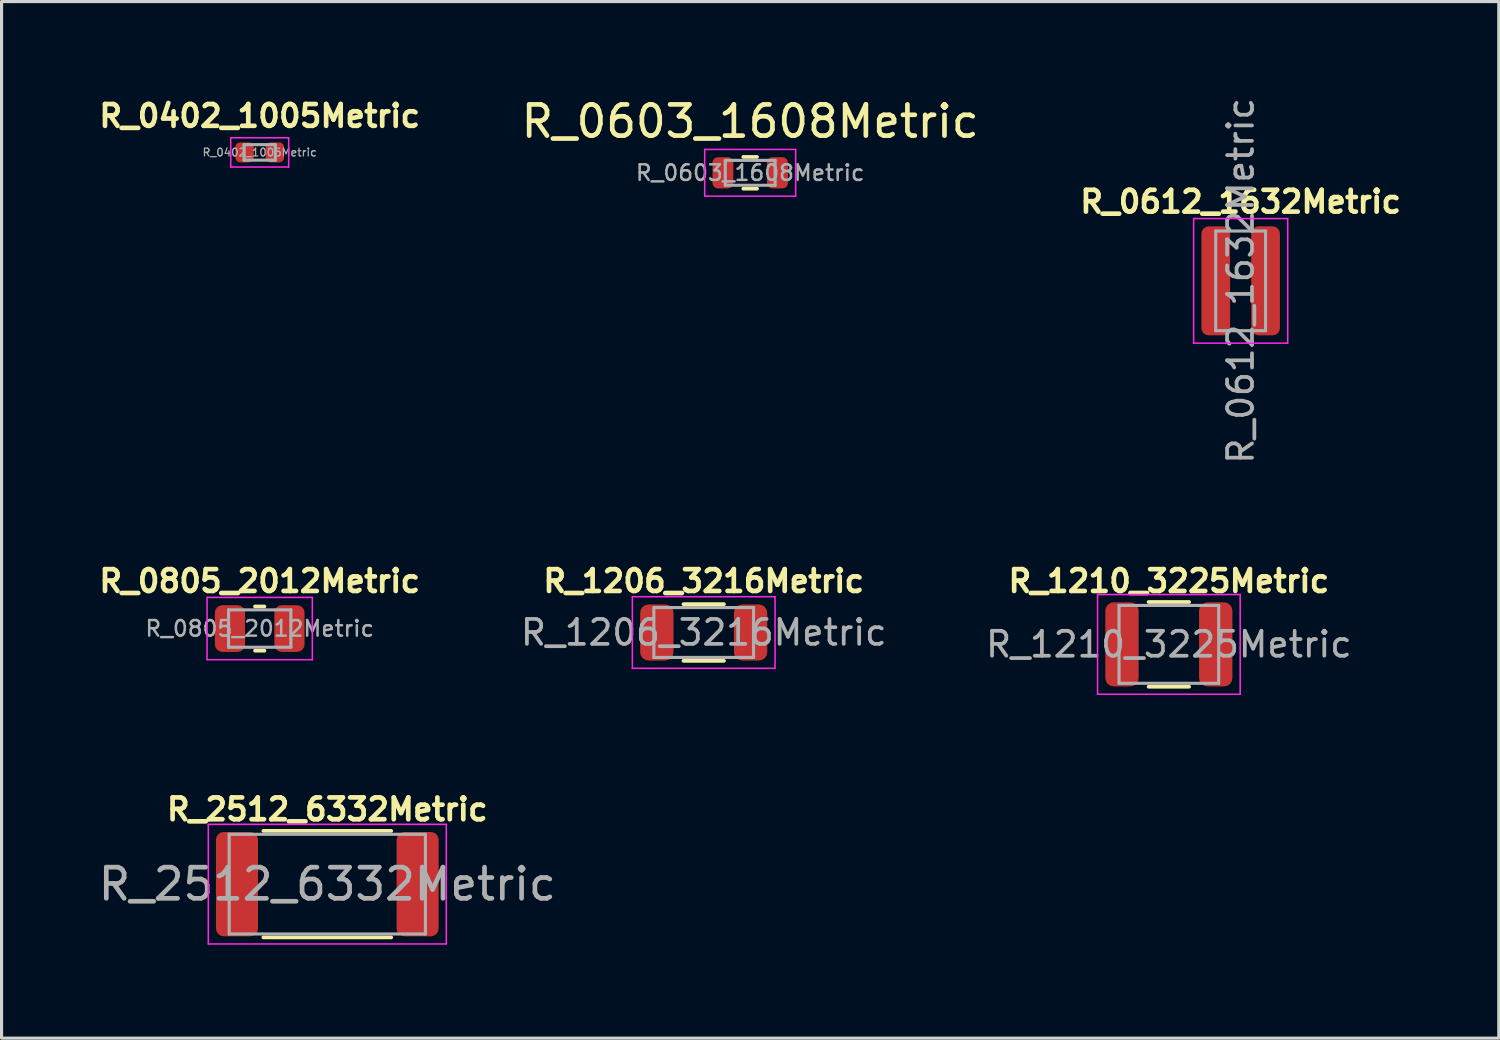
<source format=kicad_pcb>
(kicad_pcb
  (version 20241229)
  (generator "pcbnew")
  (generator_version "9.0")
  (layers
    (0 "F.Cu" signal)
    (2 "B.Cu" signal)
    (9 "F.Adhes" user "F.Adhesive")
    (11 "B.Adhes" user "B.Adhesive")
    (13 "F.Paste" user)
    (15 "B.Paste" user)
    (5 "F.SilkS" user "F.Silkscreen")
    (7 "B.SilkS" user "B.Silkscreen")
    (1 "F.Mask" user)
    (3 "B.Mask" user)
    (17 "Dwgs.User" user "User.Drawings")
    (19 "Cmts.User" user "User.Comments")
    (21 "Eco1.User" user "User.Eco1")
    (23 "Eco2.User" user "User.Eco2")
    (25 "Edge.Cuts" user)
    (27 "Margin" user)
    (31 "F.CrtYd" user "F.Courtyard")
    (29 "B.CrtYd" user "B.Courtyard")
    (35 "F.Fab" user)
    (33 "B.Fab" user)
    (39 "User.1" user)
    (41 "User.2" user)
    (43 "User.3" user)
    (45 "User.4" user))
  (footprint "R_0805_2012Metric"
    (layer "F.Cu")
    (at 5.288 17.13)
    (property "Reference" "R_0805_2012Metric" (at 0 -1.524 0) (layer "F.SilkS") (effects (font (size 0.7 0.7) (thickness 0.15))))
    (attr smd)
    (fp_line (start -0.15 -0.71) (end 0.15 -0.71) (stroke (width 0.12) (type solid)) (layer "F.SilkS"))
    (fp_line (start -0.15 0.71) (end 0.15 0.71) (stroke (width 0.12) (type solid)) (layer "F.SilkS"))
    (fp_line (start -1.69 -1) (end 1.69 -1) (stroke (width 0.05) (type solid)) (layer "F.CrtYd"))
    (fp_line (start -1.69 1) (end -1.69 -1) (stroke (width 0.05) (type solid)) (layer "F.CrtYd"))
    (fp_line (start 1.69 -1) (end 1.69 1) (stroke (width 0.05) (type solid)) (layer "F.CrtYd"))
    (fp_line (start 1.69 1) (end -1.69 1) (stroke (width 0.05) (type solid)) (layer "F.CrtYd"))
    (fp_line (start -1 -0.6) (end 1 -0.6) (stroke (width 0.1) (type solid)) (layer "F.Fab"))
    (fp_line (start -1 0.6) (end -1 -0.6) (stroke (width 0.1) (type solid)) (layer "F.Fab"))
    (fp_line (start 1 -0.6) (end 1 0.6) (stroke (width 0.1) (type solid)) (layer "F.Fab"))
    (fp_line (start 1 0.6) (end -1 0.6) (stroke (width 0.1) (type solid)) (layer "F.Fab"))
    (fp_text user "${REFERENCE}" (at 0 0 0) (layer "F.Fab") (effects (font (size 0.5 0.5) (thickness 0.08))))
    (pad "1" smd roundrect (at -0.955 0) (size 0.97 1.5) (layers "F.Cu" "F.Mask" "F.Paste") (roundrect_rratio 0.25))
    (pad "2" smd roundrect (at 0.955 0) (size 0.97 1.5) (layers "F.Cu" "F.Mask" "F.Paste") (roundrect_rratio 0.25)))
  (footprint "R_2512_6332Metric"
    (layer "F.Cu")
    (at 7.458 25.336)
    (property "Reference" "R_2512_6332Metric" (at 0 -2.4 0) (layer "F.SilkS") (effects (font (size 0.7 0.7) (thickness 0.15))))
    (attr smd)
    (fp_line (start -2.052 -1.71) (end 2.052 -1.71) (stroke (width 0.12) (type solid)) (layer "F.SilkS"))
    (fp_line (start -2.052 1.71) (end 2.052 1.71) (stroke (width 0.12) (type solid)) (layer "F.SilkS"))
    (fp_line (start -3.82 -1.92) (end 3.82 -1.92) (stroke (width 0.05) (type solid)) (layer "F.CrtYd"))
    (fp_line (start -3.82 1.92) (end -3.82 -1.92) (stroke (width 0.05) (type solid)) (layer "F.CrtYd"))
    (fp_line (start 3.82 -1.92) (end 3.82 1.92) (stroke (width 0.05) (type solid)) (layer "F.CrtYd"))
    (fp_line (start 3.82 1.92) (end -3.82 1.92) (stroke (width 0.05) (type solid)) (layer "F.CrtYd"))
    (fp_line (start -3.15 -1.6) (end 3.15 -1.6) (stroke (width 0.1) (type solid)) (layer "F.Fab"))
    (fp_line (start -3.15 1.6) (end -3.15 -1.6) (stroke (width 0.1) (type solid)) (layer "F.Fab"))
    (fp_line (start 3.15 -1.6) (end 3.15 1.6) (stroke (width 0.1) (type solid)) (layer "F.Fab"))
    (fp_line (start 3.15 1.6) (end -3.15 1.6) (stroke (width 0.1) (type solid)) (layer "F.Fab"))
    (fp_text user "${REFERENCE}" (at 0 0 0) (layer "F.Fab") (effects (font (size 1 1) (thickness 0.15))))
    (pad "1" smd roundrect (at -2.9 0) (size 1.35 3.35) (layers "F.Cu" "F.Mask" "F.Paste") (roundrect_rratio 0.185))
    (pad "2" smd roundrect (at 2.9 0) (size 1.35 3.35) (layers "F.Cu" "F.Mask" "F.Paste") (roundrect_rratio 0.185)))
  (footprint "R_1206_3216Metric"
    (layer "F.Cu")
    (at 19.543 17.257)
    (property "Reference" "R_1206_3216Metric" (at 0 -1.651 0) (layer "F.SilkS") (effects (font (size 0.7 0.7) (thickness 0.15))))
    (attr smd)
    (fp_line (start -0.65 -0.91) (end 0.65 -0.91) (stroke (width 0.12) (type solid)) (layer "F.SilkS"))
    (fp_line (start -0.65 0.91) (end 0.65 0.91) (stroke (width 0.12) (type solid)) (layer "F.SilkS"))
    (fp_line (start -2.29 -1.15) (end 2.29 -1.15) (stroke (width 0.05) (type solid)) (layer "F.CrtYd"))
    (fp_line (start -2.29 1.15) (end -2.29 -1.15) (stroke (width 0.05) (type solid)) (layer "F.CrtYd"))
    (fp_line (start 2.29 -1.15) (end 2.29 1.15) (stroke (width 0.05) (type solid)) (layer "F.CrtYd"))
    (fp_line (start 2.29 1.15) (end -2.29 1.15) (stroke (width 0.05) (type solid)) (layer "F.CrtYd"))
    (fp_line (start -1.6 -0.8) (end 1.6 -0.8) (stroke (width 0.1) (type solid)) (layer "F.Fab"))
    (fp_line (start -1.6 0.8) (end -1.6 -0.8) (stroke (width 0.1) (type solid)) (layer "F.Fab"))
    (fp_line (start 1.6 -0.8) (end 1.6 0.8) (stroke (width 0.1) (type solid)) (layer "F.Fab"))
    (fp_line (start 1.6 0.8) (end -1.6 0.8) (stroke (width 0.1) (type solid)) (layer "F.Fab"))
    (fp_text user "${REFERENCE}" (at 0 0 0) (layer "F.Fab") (effects (font (size 0.8 0.8) (thickness 0.12))))
    (pad "1" smd roundrect (at -1.505 0) (size 1.07 1.8) (layers "F.Cu" "F.Mask" "F.Paste") (roundrect_rratio 0.25))
    (pad "2" smd roundrect (at 1.505 0) (size 1.07 1.8) (layers "F.Cu" "F.Mask" "F.Paste") (roundrect_rratio 0.25)))
  (footprint "R_0402_1005Metric"
    (layer "F.Cu")
    (at 5.288 1.843)
    (property "Reference" "R_0402_1005Metric" (at 0 -1.17 0) (layer "F.SilkS") (effects (font (size 0.7 0.7) (thickness 0.15))))
    (attr smd)
    (fp_line (start -0.93 -0.47) (end 0.93 -0.47) (stroke (width 0.05) (type solid)) (layer "F.CrtYd"))
    (fp_line (start -0.93 0.47) (end -0.93 -0.47) (stroke (width 0.05) (type solid)) (layer "F.CrtYd"))
    (fp_line (start 0.93 -0.47) (end 0.93 0.47) (stroke (width 0.05) (type solid)) (layer "F.CrtYd"))
    (fp_line (start 0.93 0.47) (end -0.93 0.47) (stroke (width 0.05) (type solid)) (layer "F.CrtYd"))
    (fp_line (start -0.5 -0.25) (end 0.5 -0.25) (stroke (width 0.1) (type solid)) (layer "F.Fab"))
    (fp_line (start -0.5 0.25) (end -0.5 -0.25) (stroke (width 0.1) (type solid)) (layer "F.Fab"))
    (fp_line (start 0.5 -0.25) (end 0.5 0.25) (stroke (width 0.1) (type solid)) (layer "F.Fab"))
    (fp_line (start 0.5 0.25) (end -0.5 0.25) (stroke (width 0.1) (type solid)) (layer "F.Fab"))
    (fp_text user "${REFERENCE}" (at 0 0 0) (layer "F.Fab") (effects (font (size 0.25 0.25) (thickness 0.04))))
    (pad "1" smd roundrect (at -0.485 0) (size 0.59 0.64) (layers "F.Cu" "F.Mask" "F.Paste") (roundrect_rratio 0.25))
    (pad "2" smd roundrect (at 0.485 0) (size 0.59 0.64) (layers "F.Cu" "F.Mask" "F.Paste") (roundrect_rratio 0.25)))
  (footprint "R_1210_3225Metric"
    (layer "F.Cu")
    (at 34.477 17.638)
    (property "Reference" "R_1210_3225Metric" (at 0 -2.032 0) (layer "F.SilkS") (effects (font (size 0.7 0.7) (thickness 0.15))))
    (attr smd)
    (fp_line (start -0.65 -1.36) (end 0.65 -1.36) (stroke (width 0.12) (type solid)) (layer "F.SilkS"))
    (fp_line (start -0.65 1.36) (end 0.65 1.36) (stroke (width 0.12) (type solid)) (layer "F.SilkS"))
    (fp_line (start -2.29 -1.6) (end 2.29 -1.6) (stroke (width 0.05) (type solid)) (layer "F.CrtYd"))
    (fp_line (start -2.29 1.6) (end -2.29 -1.6) (stroke (width 0.05) (type solid)) (layer "F.CrtYd"))
    (fp_line (start 2.29 -1.6) (end 2.29 1.6) (stroke (width 0.05) (type solid)) (layer "F.CrtYd"))
    (fp_line (start 2.29 1.6) (end -2.29 1.6) (stroke (width 0.05) (type solid)) (layer "F.CrtYd"))
    (fp_line (start -1.6 -1.25) (end 1.6 -1.25) (stroke (width 0.1) (type solid)) (layer "F.Fab"))
    (fp_line (start -1.6 1.25) (end -1.6 -1.25) (stroke (width 0.1) (type solid)) (layer "F.Fab"))
    (fp_line (start 1.6 -1.25) (end 1.6 1.25) (stroke (width 0.1) (type solid)) (layer "F.Fab"))
    (fp_line (start 1.6 1.25) (end -1.6 1.25) (stroke (width 0.1) (type solid)) (layer "F.Fab"))
    (fp_text user "${REFERENCE}" (at 0 0 0) (layer "F.Fab") (effects (font (size 0.8 0.8) (thickness 0.12))))
    (pad "1" smd roundrect (at -1.505 0) (size 1.07 2.7) (layers "F.Cu" "F.Mask" "F.Paste") (roundrect_rratio 0.25))
    (pad "2" smd roundrect (at 1.505 0) (size 1.07 2.7) (layers "F.Cu" "F.Mask" "F.Paste") (roundrect_rratio 0.25)))
  (footprint "R_0603_1608Metric"
    (layer "F.Cu")
    (at 21.035 2.498)
    (property "Reference" "R_0603_1608Metric" (at 0 -1.65 0) (layer "F.SilkS") (effects (font (size 1 1) (thickness 0.15))))
    (attr smd)
    (fp_line (start -0.22 -0.51) (end 0.22 -0.51) (stroke (width 0.12) (type solid)) (layer "F.SilkS"))
    (fp_line (start -0.22 0.51) (end 0.22 0.51) (stroke (width 0.12) (type solid)) (layer "F.SilkS"))
    (fp_line (start -1.46 -0.75) (end 1.46 -0.75) (stroke (width 0.05) (type solid)) (layer "F.CrtYd"))
    (fp_line (start -1.46 0.75) (end -1.46 -0.75) (stroke (width 0.05) (type solid)) (layer "F.CrtYd"))
    (fp_line (start 1.46 -0.75) (end 1.46 0.75) (stroke (width 0.05) (type solid)) (layer "F.CrtYd"))
    (fp_line (start 1.46 0.75) (end -1.46 0.75) (stroke (width 0.05) (type solid)) (layer "F.CrtYd"))
    (fp_line (start -0.8 -0.4) (end 0.8 -0.4) (stroke (width 0.1) (type solid)) (layer "F.Fab"))
    (fp_line (start -0.8 0.4) (end -0.8 -0.4) (stroke (width 0.1) (type solid)) (layer "F.Fab"))
    (fp_line (start 0.8 -0.4) (end 0.8 0.4) (stroke (width 0.1) (type solid)) (layer "F.Fab"))
    (fp_line (start 0.8 0.4) (end -0.8 0.4) (stroke (width 0.1) (type solid)) (layer "F.Fab"))
    (fp_text user "${REFERENCE}" (at 0 0 0) (layer "F.Fab") (effects (font (size 0.5 0.5) (thickness 0.08))))
    (pad "1" smd roundrect (at -0.875 0) (size 0.67 1) (layers "F.Cu" "F.Mask" "F.Paste") (roundrect_rratio 0.25))
    (pad "2" smd roundrect (at 0.875 0) (size 0.67 1) (layers "F.Cu" "F.Mask" "F.Paste") (roundrect_rratio 0.25)))
  (footprint "R_0612_1632Metric"
    (layer "F.Cu")
    (at 36.782 5.967)
    (property "Reference" "R_0612_1632Metric" (at 0 -2.54 0) (layer "F.SilkS") (effects (font (size 0.7 0.7) (thickness 0.15))))
    (attr smd)
    (fp_line (start -1.51 -2) (end 1.51 -2) (stroke (width 0.05) (type solid)) (layer "F.CrtYd"))
    (fp_line (start -1.51 2) (end -1.51 -2) (stroke (width 0.05) (type solid)) (layer "F.CrtYd"))
    (fp_line (start 1.51 -2) (end 1.51 2) (stroke (width 0.05) (type solid)) (layer "F.CrtYd"))
    (fp_line (start 1.51 2) (end -1.51 2) (stroke (width 0.05) (type solid)) (layer "F.CrtYd"))
    (fp_line (start -0.8 -1.6) (end 0.8 -1.6) (stroke (width 0.1) (type solid)) (layer "F.Fab"))
    (fp_line (start -0.8 1.6) (end -0.8 -1.6) (stroke (width 0.1) (type solid)) (layer "F.Fab"))
    (fp_line (start 0.8 -1.6) (end 0.8 1.6) (stroke (width 0.1) (type solid)) (layer "F.Fab"))
    (fp_line (start 0.8 1.6) (end -0.8 1.6) (stroke (width 0.1) (type solid)) (layer "F.Fab"))
    (fp_text user "${REFERENCE}" (at 0 0 90) (layer "F.Fab") (effects (font (size 0.8 0.8) (thickness 0.12))))
    (pad "1" smd roundrect (at -0.8 0) (size 0.92 3.5) (layers "F.Cu" "F.Mask" "F.Paste") (roundrect_rratio 0.25))
    (pad "2" smd roundrect (at 0.8 0) (size 0.92 3.5) (layers "F.Cu" "F.Mask" "F.Paste") (roundrect_rratio 0.25)))
  (gr_rect
    (start -3 -3)
    (end 45.07 30.281)
    (stroke (width 0.1) (type default))
    (fill no)
    (layer "Edge.Cuts")))
</source>
